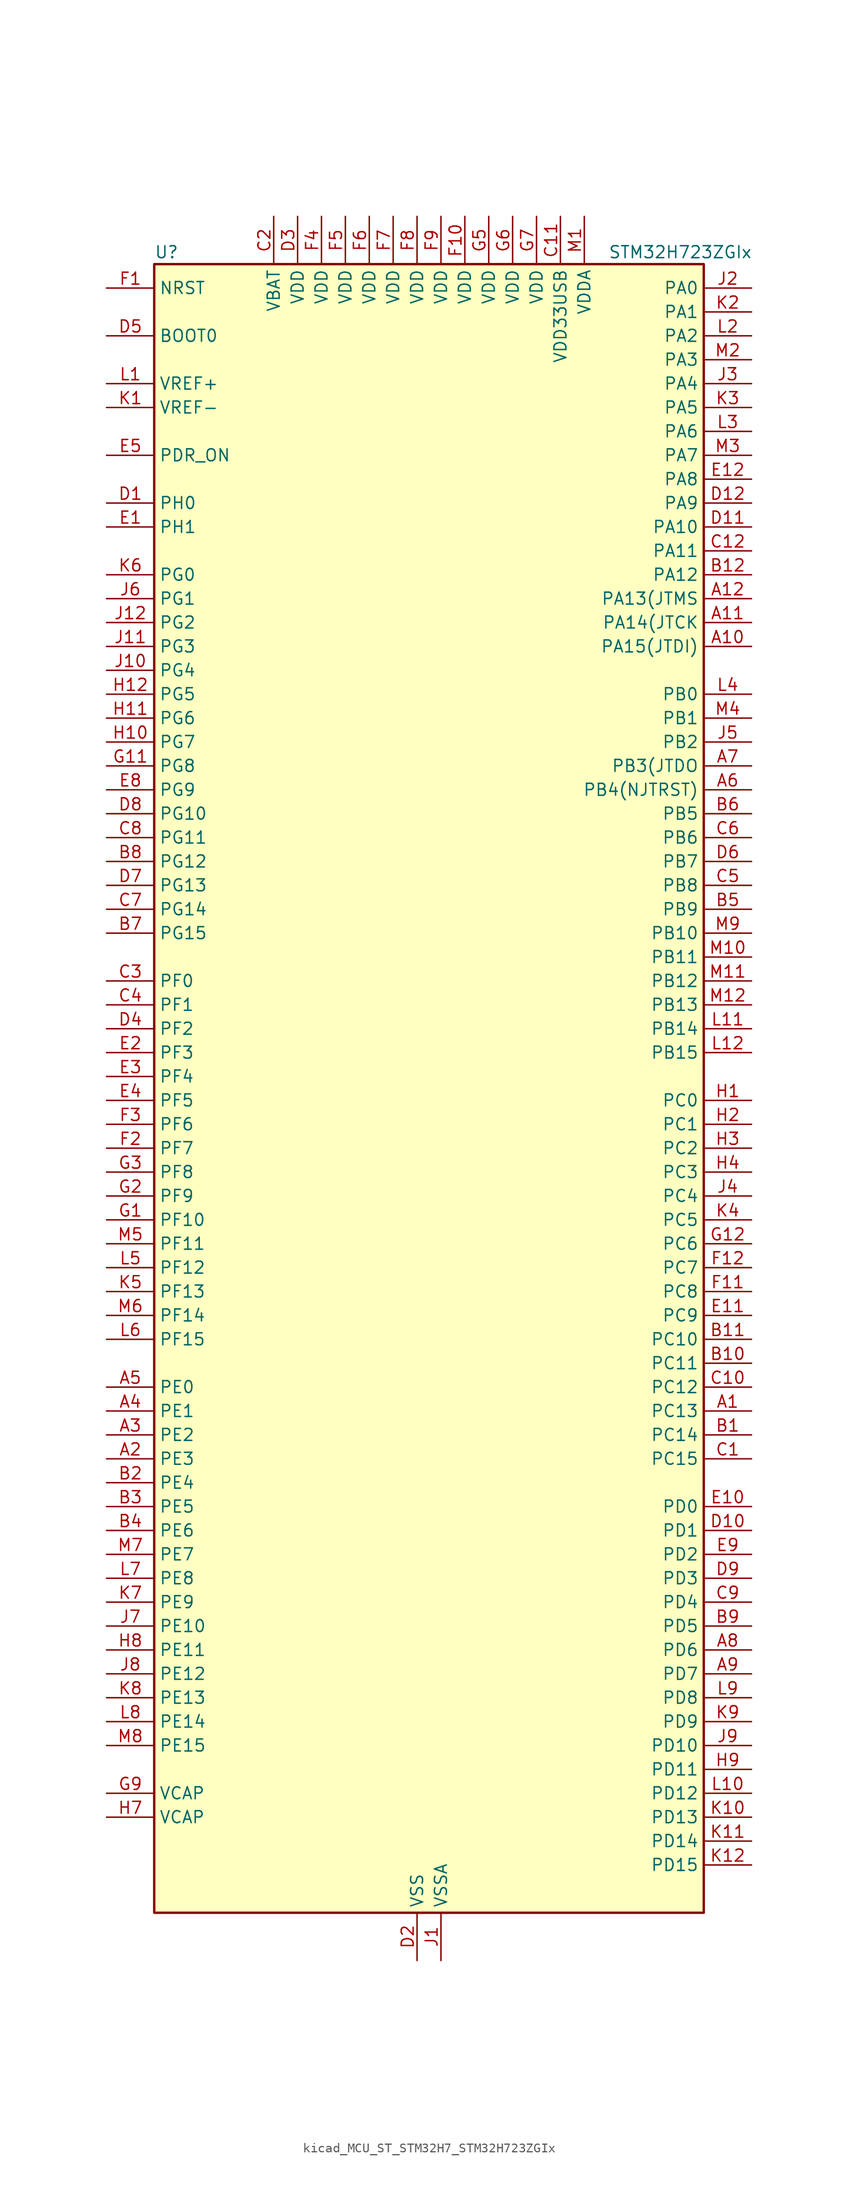
<source format=kicad_sym>
(kicad_symbol_lib
  (version 20220914)
  (generator kicad_symbol_editor)
  (symbol "kicad_MCU_ST_STM32H7_STM32H723ZGIx"
    (property "Reference" "U"
      (at -27.94 90.17 0)
      (effects (font (size 1.27 1.27)) (justify left)))
    (property "Value" "STM32H723ZGIx"
      (at 20.32 90.17 0)
      (effects (font (size 1.27 1.27)) (justify left)))
    (property "ki_locked" ""
      (at 0 0 0)
      (effects (font (size 1.27 1.27))))
    (symbol "kicad_MCU_ST_STM32H7_STM32H723ZGIx_0_1"
      (rectangle (start -27.94 -86.36) (end 30.48 88.9) (stroke (width 0.254) (type default)) (fill (type background))))
    (symbol "kicad_MCU_ST_STM32H7_STM32H723ZGIx_1_1"
      (pin bidirectional line (at 35.56 -33.02 180) (length 5.08) (name "PC13" (effects (font (size 1.27 1.27)))) (number "A1" (effects (font (size 1.27 1.27)))) (alternate "PWR_WKUP4" bidirectional line) (alternate "RTC_OUT_ALARM" bidirectional line) (alternate "RTC_OUT_CALIB" bidirectional line) (alternate "RTC_TAMP1" bidirectional line) (alternate "RTC_TS" bidirectional line))
      (pin bidirectional line (at 35.56 48.26 180) (length 5.08) (name "PA15(JTDI)" (effects (font (size 1.27 1.27)))) (number "A10" (effects (font (size 1.27 1.27)))) (alternate "ADC1_EXTI15" bidirectional line) (alternate "ADC2_EXTI15" bidirectional line) (alternate "ADC3_EXTI15" bidirectional line) (alternate "CEC" bidirectional line) (alternate "DEBUG_JTDI" bidirectional line) (alternate "I2S1_WS" bidirectional line) (alternate "I2S3_WS" bidirectional line) (alternate "I2S6_WS" bidirectional line) (alternate "LTDC_B6" bidirectional line) (alternate "LTDC_R3" bidirectional line) (alternate "SPI1_NSS" bidirectional line) (alternate "SPI3_NSS" bidirectional line) (alternate "SPI6_NSS" bidirectional line) (alternate "TIM2_CH1" bidirectional line) (alternate "TIM2_ETR" bidirectional line) (alternate "UART4_DE" bidirectional line) (alternate "UART4_RTS" bidirectional line) (alternate "UART7_TX" bidirectional line))
      (pin bidirectional line (at 35.56 50.8 180) (length 5.08) (name "PA14(JTCK" (effects (font (size 1.27 1.27)))) (number "A11" (effects (font (size 1.27 1.27)))) (alternate "DEBUG_JTCK-SWCLK" bidirectional line))
      (pin bidirectional line (at 35.56 53.34 180) (length 5.08) (name "PA13(JTMS" (effects (font (size 1.27 1.27)))) (number "A12" (effects (font (size 1.27 1.27)))) (alternate "DEBUG_JTMS-SWDIO" bidirectional line))
      (pin bidirectional line (at -33.02 -38.1 0) (length 5.08) (name "PE3" (effects (font (size 1.27 1.27)))) (number "A2" (effects (font (size 1.27 1.27)))) (alternate "DEBUG_TRACED0" bidirectional line) (alternate "FMC_A19" bidirectional line) (alternate "SAI1_SD_B" bidirectional line) (alternate "SAI4_SD_B" bidirectional line) (alternate "TIM15_BKIN" bidirectional line) (alternate "USART10_TX" bidirectional line))
      (pin bidirectional line (at -33.02 -35.56 0) (length 5.08) (name "PE2" (effects (font (size 1.27 1.27)))) (number "A3" (effects (font (size 1.27 1.27)))) (alternate "DEBUG_TRACECLK" bidirectional line) (alternate "ETH_TXD3" bidirectional line) (alternate "FMC_A23" bidirectional line) (alternate "OCTOSPIM_P1_IO2" bidirectional line) (alternate "SAI1_CK1" bidirectional line) (alternate "SAI1_MCLK_A" bidirectional line) (alternate "SAI4_CK1" bidirectional line) (alternate "SAI4_MCLK_A" bidirectional line) (alternate "SPI4_SCK" bidirectional line) (alternate "USART10_RX" bidirectional line))
      (pin bidirectional line (at -33.02 -33.02 0) (length 5.08) (name "PE1" (effects (font (size 1.27 1.27)))) (number "A4" (effects (font (size 1.27 1.27)))) (alternate "DCMI_D3" bidirectional line) (alternate "FMC_NBL1" bidirectional line) (alternate "LPTIM1_IN2" bidirectional line) (alternate "LTDC_R6" bidirectional line) (alternate "PSSI_D3" bidirectional line) (alternate "UART8_TX" bidirectional line))
      (pin bidirectional line (at -33.02 -30.48 0) (length 5.08) (name "PE0" (effects (font (size 1.27 1.27)))) (number "A5" (effects (font (size 1.27 1.27)))) (alternate "DCMI_D2" bidirectional line) (alternate "FMC_NBL0" bidirectional line) (alternate "LPTIM1_ETR" bidirectional line) (alternate "LPTIM2_ETR" bidirectional line) (alternate "LTDC_R0" bidirectional line) (alternate "PSSI_D2" bidirectional line) (alternate "SAI4_MCLK_A" bidirectional line) (alternate "TIM4_ETR" bidirectional line) (alternate "UART8_RX" bidirectional line))
      (pin bidirectional line (at 35.56 33.02 180) (length 5.08) (name "PB4(NJTRST)" (effects (font (size 1.27 1.27)))) (number "A6" (effects (font (size 1.27 1.27)))) (alternate "DEBUG_JTRST" bidirectional line) (alternate "I2S1_SDI" bidirectional line) (alternate "I2S2_WS" bidirectional line) (alternate "I2S3_SDI" bidirectional line) (alternate "I2S6_SDI" bidirectional line) (alternate "SDMMC2_D3" bidirectional line) (alternate "SPI1_MISO" bidirectional line) (alternate "SPI2_NSS" bidirectional line) (alternate "SPI3_MISO" bidirectional line) (alternate "SPI6_MISO" bidirectional line) (alternate "TIM16_BKIN" bidirectional line) (alternate "TIM3_CH1" bidirectional line) (alternate "UART7_TX" bidirectional line))
      (pin bidirectional line (at 35.56 35.56 180) (length 5.08) (name "PB3(JTDO" (effects (font (size 1.27 1.27)))) (number "A7" (effects (font (size 1.27 1.27)))) (alternate "CRS_SYNC" bidirectional line) (alternate "DEBUG_JTDO-SWO" bidirectional line) (alternate "I2S1_CK" bidirectional line) (alternate "I2S3_CK" bidirectional line) (alternate "I2S6_CK" bidirectional line) (alternate "SDMMC2_D2" bidirectional line) (alternate "SPI1_SCK" bidirectional line) (alternate "SPI3_SCK" bidirectional line) (alternate "SPI6_SCK" bidirectional line) (alternate "TIM24_ETR" bidirectional line) (alternate "TIM2_CH2" bidirectional line) (alternate "UART7_RX" bidirectional line))
      (pin bidirectional line (at 35.56 -58.42 180) (length 5.08) (name "PD6" (effects (font (size 1.27 1.27)))) (number "A8" (effects (font (size 1.27 1.27)))) (alternate "DCMI_D10" bidirectional line) (alternate "DFSDM1_CKIN4" bidirectional line) (alternate "DFSDM1_DATIN1" bidirectional line) (alternate "FMC_NWAIT" bidirectional line) (alternate "I2S3_SDO" bidirectional line) (alternate "LTDC_B2" bidirectional line) (alternate "OCTOSPIM_P1_IO6" bidirectional line) (alternate "PSSI_D10" bidirectional line) (alternate "SAI1_D1" bidirectional line) (alternate "SAI1_SD_A" bidirectional line) (alternate "SAI4_D1" bidirectional line) (alternate "SAI4_SD_A" bidirectional line) (alternate "SDMMC2_CK" bidirectional line) (alternate "SPI3_MOSI" bidirectional line) (alternate "USART2_RX" bidirectional line))
      (pin bidirectional line (at 35.56 -60.96 180) (length 5.08) (name "PD7" (effects (font (size 1.27 1.27)))) (number "A9" (effects (font (size 1.27 1.27)))) (alternate "DFSDM1_CKIN1" bidirectional line) (alternate "DFSDM1_DATIN4" bidirectional line) (alternate "FMC_NE1" bidirectional line) (alternate "I2S1_SDO" bidirectional line) (alternate "OCTOSPIM_P1_IO7" bidirectional line) (alternate "SDMMC2_CMD" bidirectional line) (alternate "SPDIFRX1_IN0" bidirectional line) (alternate "SPI1_MOSI" bidirectional line) (alternate "USART2_CK" bidirectional line))
      (pin bidirectional line (at 35.56 -35.56 180) (length 5.08) (name "PC14" (effects (font (size 1.27 1.27)))) (number "B1" (effects (font (size 1.27 1.27)))) (alternate "RCC_OSC32_IN" bidirectional line))
      (pin bidirectional line (at 35.56 -27.94 180) (length 5.08) (name "PC11" (effects (font (size 1.27 1.27)))) (number "B10" (effects (font (size 1.27 1.27)))) (alternate "ADC1_EXTI11" bidirectional line) (alternate "ADC2_EXTI11" bidirectional line) (alternate "ADC3_EXTI11" bidirectional line) (alternate "DCMI_D4" bidirectional line) (alternate "DFSDM1_DATIN5" bidirectional line) (alternate "I2C5_SCL" bidirectional line) (alternate "I2S3_SDI" bidirectional line) (alternate "LTDC_B4" bidirectional line) (alternate "OCTOSPIM_P1_NCS" bidirectional line) (alternate "PSSI_D4" bidirectional line) (alternate "SDMMC1_D3" bidirectional line) (alternate "SPI3_MISO" bidirectional line) (alternate "UART4_RX" bidirectional line) (alternate "USART3_RX" bidirectional line))
      (pin bidirectional line (at 35.56 -25.4 180) (length 5.08) (name "PC10" (effects (font (size 1.27 1.27)))) (number "B11" (effects (font (size 1.27 1.27)))) (alternate "DCMI_D8" bidirectional line) (alternate "DFSDM1_CKIN5" bidirectional line) (alternate "I2C5_SDA" bidirectional line) (alternate "I2S3_CK" bidirectional line) (alternate "LTDC_B1" bidirectional line) (alternate "LTDC_R2" bidirectional line) (alternate "OCTOSPIM_P1_IO1" bidirectional line) (alternate "PSSI_D8" bidirectional line) (alternate "SDMMC1_D2" bidirectional line) (alternate "SPI3_SCK" bidirectional line) (alternate "SWPMI1_RX" bidirectional line) (alternate "UART4_TX" bidirectional line) (alternate "USART3_TX" bidirectional line))
      (pin bidirectional line (at 35.56 55.88 180) (length 5.08) (name "PA12" (effects (font (size 1.27 1.27)))) (number "B12" (effects (font (size 1.27 1.27)))) (alternate "FDCAN1_TX" bidirectional line) (alternate "I2S2_CK" bidirectional line) (alternate "LPUART1_DE" bidirectional line) (alternate "LPUART1_RTS" bidirectional line) (alternate "LTDC_R5" bidirectional line) (alternate "SAI4_FS_B" bidirectional line) (alternate "SPI2_SCK" bidirectional line) (alternate "TIM1_BKIN2" bidirectional line) (alternate "TIM1_ETR" bidirectional line) (alternate "UART4_TX" bidirectional line) (alternate "USART1_DE" bidirectional line) (alternate "USART1_RTS" bidirectional line) (alternate "USB_OTG_HS_DP" bidirectional line))
      (pin bidirectional line (at -33.02 -40.64 0) (length 5.08) (name "PE4" (effects (font (size 1.27 1.27)))) (number "B2" (effects (font (size 1.27 1.27)))) (alternate "DCMI_D4" bidirectional line) (alternate "DEBUG_TRACED1" bidirectional line) (alternate "DFSDM1_DATIN3" bidirectional line) (alternate "FMC_A20" bidirectional line) (alternate "LTDC_B0" bidirectional line) (alternate "PSSI_D4" bidirectional line) (alternate "SAI1_D2" bidirectional line) (alternate "SAI1_FS_A" bidirectional line) (alternate "SAI4_D2" bidirectional line) (alternate "SAI4_FS_A" bidirectional line) (alternate "SPI4_NSS" bidirectional line) (alternate "TIM15_CH1N" bidirectional line))
      (pin bidirectional line (at -33.02 -43.18 0) (length 5.08) (name "PE5" (effects (font (size 1.27 1.27)))) (number "B3" (effects (font (size 1.27 1.27)))) (alternate "DCMI_D6" bidirectional line) (alternate "DEBUG_TRACED2" bidirectional line) (alternate "DFSDM1_CKIN3" bidirectional line) (alternate "FMC_A21" bidirectional line) (alternate "LTDC_G0" bidirectional line) (alternate "PSSI_D6" bidirectional line) (alternate "SAI1_CK2" bidirectional line) (alternate "SAI1_SCK_A" bidirectional line) (alternate "SAI4_CK2" bidirectional line) (alternate "SAI4_SCK_A" bidirectional line) (alternate "SPI4_MISO" bidirectional line) (alternate "TIM15_CH1" bidirectional line))
      (pin bidirectional line (at -33.02 -45.72 0) (length 5.08) (name "PE6" (effects (font (size 1.27 1.27)))) (number "B4" (effects (font (size 1.27 1.27)))) (alternate "DCMI_D7" bidirectional line) (alternate "DEBUG_TRACED3" bidirectional line) (alternate "FMC_A22" bidirectional line) (alternate "LTDC_G1" bidirectional line) (alternate "PSSI_D7" bidirectional line) (alternate "SAI1_D1" bidirectional line) (alternate "SAI1_SD_A" bidirectional line) (alternate "SAI4_D1" bidirectional line) (alternate "SAI4_MCLK_B" bidirectional line) (alternate "SAI4_SD_A" bidirectional line) (alternate "SPI4_MOSI" bidirectional line) (alternate "TIM15_CH2" bidirectional line) (alternate "TIM1_BKIN2" bidirectional line) (alternate "TIM1_BKIN2_COMP1" bidirectional line) (alternate "TIM1_BKIN2_COMP2" bidirectional line))
      (pin bidirectional line (at 35.56 20.32 180) (length 5.08) (name "PB9" (effects (font (size 1.27 1.27)))) (number "B5" (effects (font (size 1.27 1.27)))) (alternate "DAC1_EXTI9" bidirectional line) (alternate "DCMI_D7" bidirectional line) (alternate "DFSDM1_DATIN7" bidirectional line) (alternate "FDCAN1_TX" bidirectional line) (alternate "I2C1_SDA" bidirectional line) (alternate "I2C4_SDA" bidirectional line) (alternate "I2C4_SMBA" bidirectional line) (alternate "I2S2_WS" bidirectional line) (alternate "LTDC_B7" bidirectional line) (alternate "PSSI_D7" bidirectional line) (alternate "SDMMC1_CDIR" bidirectional line) (alternate "SDMMC1_D5" bidirectional line) (alternate "SDMMC2_D5" bidirectional line) (alternate "SPI2_NSS" bidirectional line) (alternate "TIM17_CH1" bidirectional line) (alternate "TIM4_CH4" bidirectional line) (alternate "UART4_TX" bidirectional line))
      (pin bidirectional line (at 35.56 30.48 180) (length 5.08) (name "PB5" (effects (font (size 1.27 1.27)))) (number "B6" (effects (font (size 1.27 1.27)))) (alternate "DCMI_D10" bidirectional line) (alternate "ETH_PPS_OUT" bidirectional line) (alternate "FDCAN2_RX" bidirectional line) (alternate "FMC_SDCKE1" bidirectional line) (alternate "I2C1_SMBA" bidirectional line) (alternate "I2C4_SMBA" bidirectional line) (alternate "I2S1_SDO" bidirectional line) (alternate "I2S3_SDO" bidirectional line) (alternate "I2S6_SDO" bidirectional line) (alternate "LTDC_B5" bidirectional line) (alternate "PSSI_D10" bidirectional line) (alternate "SPI1_MOSI" bidirectional line) (alternate "SPI3_MOSI" bidirectional line) (alternate "SPI6_MOSI" bidirectional line) (alternate "TIM17_BKIN" bidirectional line) (alternate "TIM3_CH2" bidirectional line) (alternate "UART5_RX" bidirectional line) (alternate "USB_OTG_HS_ULPI_D7" bidirectional line))
      (pin bidirectional line (at -33.02 17.78 0) (length 5.08) (name "PG15" (effects (font (size 1.27 1.27)))) (number "B7" (effects (font (size 1.27 1.27)))) (alternate "ADC1_EXTI15" bidirectional line) (alternate "ADC2_EXTI15" bidirectional line) (alternate "ADC3_EXTI15" bidirectional line) (alternate "DCMI_D13" bidirectional line) (alternate "FMC_SDNCAS" bidirectional line) (alternate "OCTOSPIM_P2_DQS" bidirectional line) (alternate "PSSI_D13" bidirectional line) (alternate "USART10_CK" bidirectional line) (alternate "USART6_CTS" bidirectional line) (alternate "USART6_NSS" bidirectional line))
      (pin bidirectional line (at -33.02 25.4 0) (length 5.08) (name "PG12" (effects (font (size 1.27 1.27)))) (number "B8" (effects (font (size 1.27 1.27)))) (alternate "ETH_TXD1" bidirectional line) (alternate "FMC_NE4" bidirectional line) (alternate "I2S6_SDI" bidirectional line) (alternate "LPTIM1_IN1" bidirectional line) (alternate "LTDC_B1" bidirectional line) (alternate "LTDC_B4" bidirectional line) (alternate "OCTOSPIM_P2_NCS" bidirectional line) (alternate "SDMMC2_D3" bidirectional line) (alternate "SPDIFRX1_IN1" bidirectional line) (alternate "SPI6_MISO" bidirectional line) (alternate "TIM23_CH1" bidirectional line) (alternate "USART10_TX" bidirectional line) (alternate "USART6_DE" bidirectional line) (alternate "USART6_RTS" bidirectional line))
      (pin bidirectional line (at 35.56 -55.88 180) (length 5.08) (name "PD5" (effects (font (size 1.27 1.27)))) (number "B9" (effects (font (size 1.27 1.27)))) (alternate "FMC_NWE" bidirectional line) (alternate "OCTOSPIM_P1_IO5" bidirectional line) (alternate "USART2_TX" bidirectional line))
      (pin bidirectional line (at 35.56 -38.1 180) (length 5.08) (name "PC15" (effects (font (size 1.27 1.27)))) (number "C1" (effects (font (size 1.27 1.27)))) (alternate "ADC1_EXTI15" bidirectional line) (alternate "ADC2_EXTI15" bidirectional line) (alternate "ADC3_EXTI15" bidirectional line) (alternate "RCC_OSC32_OUT" bidirectional line))
      (pin bidirectional line (at 35.56 -30.48 180) (length 5.08) (name "PC12" (effects (font (size 1.27 1.27)))) (number "C10" (effects (font (size 1.27 1.27)))) (alternate "DCMI_D9" bidirectional line) (alternate "DEBUG_TRACED3" bidirectional line) (alternate "FMC_D6" bidirectional line) (alternate "FMC_DA6" bidirectional line) (alternate "I2C5_SMBA" bidirectional line) (alternate "I2S3_SDO" bidirectional line) (alternate "I2S6_CK" bidirectional line) (alternate "LTDC_R6" bidirectional line) (alternate "PSSI_D9" bidirectional line) (alternate "SDMMC1_CK" bidirectional line) (alternate "SPI3_MOSI" bidirectional line) (alternate "SPI6_SCK" bidirectional line) (alternate "TIM15_CH1" bidirectional line) (alternate "UART5_TX" bidirectional line) (alternate "USART3_CK" bidirectional line))
      (pin power_in line (at 15.24 93.98 270) (length 5.08) (name "VDD33USB" (effects (font (size 1.27 1.27)))) (number "C11" (effects (font (size 1.27 1.27)))))
      (pin bidirectional line (at 35.56 58.42 180) (length 5.08) (name "PA11" (effects (font (size 1.27 1.27)))) (number "C12" (effects (font (size 1.27 1.27)))) (alternate "ADC1_EXTI11" bidirectional line) (alternate "ADC2_EXTI11" bidirectional line) (alternate "ADC3_EXTI11" bidirectional line) (alternate "FDCAN1_RX" bidirectional line) (alternate "I2S2_WS" bidirectional line) (alternate "LPUART1_CTS" bidirectional line) (alternate "LTDC_R4" bidirectional line) (alternate "SPI2_NSS" bidirectional line) (alternate "TIM1_CH4" bidirectional line) (alternate "UART4_RX" bidirectional line) (alternate "USART1_CTS" bidirectional line) (alternate "USART1_NSS" bidirectional line) (alternate "USB_OTG_HS_DM" bidirectional line))
      (pin power_in line (at -15.24 93.98 270) (length 5.08) (name "VBAT" (effects (font (size 1.27 1.27)))) (number "C2" (effects (font (size 1.27 1.27)))))
      (pin bidirectional line (at -33.02 12.7 0) (length 5.08) (name "PF0" (effects (font (size 1.27 1.27)))) (number "C3" (effects (font (size 1.27 1.27)))) (alternate "FMC_A0" bidirectional line) (alternate "I2C2_SDA" bidirectional line) (alternate "I2C5_SDA" bidirectional line) (alternate "OCTOSPIM_P2_IO0" bidirectional line) (alternate "TIM23_CH1" bidirectional line))
      (pin bidirectional line (at -33.02 10.16 0) (length 5.08) (name "PF1" (effects (font (size 1.27 1.27)))) (number "C4" (effects (font (size 1.27 1.27)))) (alternate "FMC_A1" bidirectional line) (alternate "I2C2_SCL" bidirectional line) (alternate "I2C5_SCL" bidirectional line) (alternate "OCTOSPIM_P2_IO1" bidirectional line) (alternate "TIM23_CH2" bidirectional line))
      (pin bidirectional line (at 35.56 22.86 180) (length 5.08) (name "PB8" (effects (font (size 1.27 1.27)))) (number "C5" (effects (font (size 1.27 1.27)))) (alternate "DCMI_D6" bidirectional line) (alternate "DFSDM1_CKIN7" bidirectional line) (alternate "ETH_TXD3" bidirectional line) (alternate "FDCAN1_RX" bidirectional line) (alternate "I2C1_SCL" bidirectional line) (alternate "I2C4_SCL" bidirectional line) (alternate "LTDC_B6" bidirectional line) (alternate "PSSI_D6" bidirectional line) (alternate "SDMMC1_CKIN" bidirectional line) (alternate "SDMMC1_D4" bidirectional line) (alternate "SDMMC2_D4" bidirectional line) (alternate "TIM16_CH1" bidirectional line) (alternate "TIM4_CH3" bidirectional line) (alternate "UART4_RX" bidirectional line))
      (pin bidirectional line (at 35.56 27.94 180) (length 5.08) (name "PB6" (effects (font (size 1.27 1.27)))) (number "C6" (effects (font (size 1.27 1.27)))) (alternate "CEC" bidirectional line) (alternate "DCMI_D5" bidirectional line) (alternate "DFSDM1_DATIN5" bidirectional line) (alternate "FDCAN2_TX" bidirectional line) (alternate "FMC_SDNE1" bidirectional line) (alternate "I2C1_SCL" bidirectional line) (alternate "I2C4_SCL" bidirectional line) (alternate "LPUART1_TX" bidirectional line) (alternate "OCTOSPIM_P1_NCS" bidirectional line) (alternate "PSSI_D5" bidirectional line) (alternate "TIM16_CH1N" bidirectional line) (alternate "TIM4_CH1" bidirectional line) (alternate "UART5_TX" bidirectional line) (alternate "USART1_TX" bidirectional line))
      (pin bidirectional line (at -33.02 20.32 0) (length 5.08) (name "PG14" (effects (font (size 1.27 1.27)))) (number "C7" (effects (font (size 1.27 1.27)))) (alternate "DEBUG_TRACED1" bidirectional line) (alternate "ETH_TXD1" bidirectional line) (alternate "FMC_A25" bidirectional line) (alternate "I2S6_SDO" bidirectional line) (alternate "LPTIM1_ETR" bidirectional line) (alternate "LTDC_B0" bidirectional line) (alternate "OCTOSPIM_P1_IO7" bidirectional line) (alternate "SDMMC2_D7" bidirectional line) (alternate "SPI6_MOSI" bidirectional line) (alternate "TIM23_CH3" bidirectional line) (alternate "USART10_DE" bidirectional line) (alternate "USART10_RTS" bidirectional line) (alternate "USART6_TX" bidirectional line))
      (pin bidirectional line (at -33.02 27.94 0) (length 5.08) (name "PG11" (effects (font (size 1.27 1.27)))) (number "C8" (effects (font (size 1.27 1.27)))) (alternate "ADC1_EXTI11" bidirectional line) (alternate "ADC2_EXTI11" bidirectional line) (alternate "ADC3_EXTI11" bidirectional line) (alternate "DCMI_D3" bidirectional line) (alternate "ETH_TX_EN" bidirectional line) (alternate "I2S1_CK" bidirectional line) (alternate "LPTIM1_IN2" bidirectional line) (alternate "LTDC_B3" bidirectional line) (alternate "OCTOSPIM_P2_IO7" bidirectional line) (alternate "PSSI_D3" bidirectional line) (alternate "SDMMC2_D2" bidirectional line) (alternate "SPDIFRX1_IN0" bidirectional line) (alternate "SPI1_SCK" bidirectional line) (alternate "USART10_RX" bidirectional line))
      (pin bidirectional line (at 35.56 -53.34 180) (length 5.08) (name "PD4" (effects (font (size 1.27 1.27)))) (number "C9" (effects (font (size 1.27 1.27)))) (alternate "FMC_NOE" bidirectional line) (alternate "OCTOSPIM_P1_IO4" bidirectional line) (alternate "USART2_DE" bidirectional line) (alternate "USART2_RTS" bidirectional line))
      (pin bidirectional line (at -33.02 63.5 0) (length 5.08) (name "PH0" (effects (font (size 1.27 1.27)))) (number "D1" (effects (font (size 1.27 1.27)))) (alternate "RCC_OSC_IN" bidirectional line))
      (pin bidirectional line (at 35.56 -45.72 180) (length 5.08) (name "PD1" (effects (font (size 1.27 1.27)))) (number "D10" (effects (font (size 1.27 1.27)))) (alternate "DFSDM1_DATIN6" bidirectional line) (alternate "FDCAN1_TX" bidirectional line) (alternate "FMC_D3" bidirectional line) (alternate "FMC_DA3" bidirectional line) (alternate "UART4_TX" bidirectional line))
      (pin bidirectional line (at 35.56 60.96 180) (length 5.08) (name "PA10" (effects (font (size 1.27 1.27)))) (number "D11" (effects (font (size 1.27 1.27)))) (alternate "DCMI_D1" bidirectional line) (alternate "LPUART1_RX" bidirectional line) (alternate "LTDC_B1" bidirectional line) (alternate "LTDC_B4" bidirectional line) (alternate "MDIOS_MDIO" bidirectional line) (alternate "PSSI_D1" bidirectional line) (alternate "TIM1_CH3" bidirectional line) (alternate "USART1_RX" bidirectional line) (alternate "USB_OTG_HS_ID" bidirectional line))
      (pin bidirectional line (at 35.56 63.5 180) (length 5.08) (name "PA9" (effects (font (size 1.27 1.27)))) (number "D12" (effects (font (size 1.27 1.27)))) (alternate "DAC1_EXTI9" bidirectional line) (alternate "DCMI_D0" bidirectional line) (alternate "ETH_TX_ER" bidirectional line) (alternate "I2C3_SMBA" bidirectional line) (alternate "I2C5_SMBA" bidirectional line) (alternate "I2S2_CK" bidirectional line) (alternate "LPUART1_TX" bidirectional line) (alternate "LTDC_R5" bidirectional line) (alternate "PSSI_D0" bidirectional line) (alternate "SPI2_SCK" bidirectional line) (alternate "TIM1_CH2" bidirectional line) (alternate "USART1_TX" bidirectional line) (alternate "USB_OTG_HS_VBUS" bidirectional line))
      (pin power_in line (at 0 -91.44 90) (length 5.08) (name "VSS" (effects (font (size 1.27 1.27)))) (number "D2" (effects (font (size 1.27 1.27)))))
      (pin power_in line (at -12.7 93.98 270) (length 5.08) (name "VDD" (effects (font (size 1.27 1.27)))) (number "D3" (effects (font (size 1.27 1.27)))))
      (pin bidirectional line (at -33.02 7.62 0) (length 5.08) (name "PF2" (effects (font (size 1.27 1.27)))) (number "D4" (effects (font (size 1.27 1.27)))) (alternate "FMC_A2" bidirectional line) (alternate "I2C2_SMBA" bidirectional line) (alternate "I2C5_SMBA" bidirectional line) (alternate "OCTOSPIM_P2_IO2" bidirectional line) (alternate "TIM23_CH3" bidirectional line))
      (pin input line (at -33.02 81.28 0) (length 5.08) (name "BOOT0" (effects (font (size 1.27 1.27)))) (number "D5" (effects (font (size 1.27 1.27)))))
      (pin bidirectional line (at 35.56 25.4 180) (length 5.08) (name "PB7" (effects (font (size 1.27 1.27)))) (number "D6" (effects (font (size 1.27 1.27)))) (alternate "DCMI_VSYNC" bidirectional line) (alternate "DFSDM1_CKIN5" bidirectional line) (alternate "FMC_NL" bidirectional line) (alternate "I2C1_SDA" bidirectional line) (alternate "I2C4_SDA" bidirectional line) (alternate "LPUART1_RX" bidirectional line) (alternate "PSSI_RDY" bidirectional line) (alternate "PWR_PVD_IN" bidirectional line) (alternate "TIM17_CH1N" bidirectional line) (alternate "TIM4_CH2" bidirectional line) (alternate "USART1_RX" bidirectional line))
      (pin bidirectional line (at -33.02 22.86 0) (length 5.08) (name "PG13" (effects (font (size 1.27 1.27)))) (number "D7" (effects (font (size 1.27 1.27)))) (alternate "DEBUG_TRACED0" bidirectional line) (alternate "ETH_TXD0" bidirectional line) (alternate "FMC_A24" bidirectional line) (alternate "I2S6_CK" bidirectional line) (alternate "LPTIM1_OUT" bidirectional line) (alternate "LTDC_R0" bidirectional line) (alternate "SDMMC2_D6" bidirectional line) (alternate "SPI6_SCK" bidirectional line) (alternate "TIM23_CH2" bidirectional line) (alternate "USART10_CTS" bidirectional line) (alternate "USART10_NSS" bidirectional line) (alternate "USART6_CTS" bidirectional line) (alternate "USART6_NSS" bidirectional line))
      (pin bidirectional line (at -33.02 30.48 0) (length 5.08) (name "PG10" (effects (font (size 1.27 1.27)))) (number "D8" (effects (font (size 1.27 1.27)))) (alternate "DCMI_D2" bidirectional line) (alternate "FDCAN3_RX" bidirectional line) (alternate "FMC_NE3" bidirectional line) (alternate "I2S1_WS" bidirectional line) (alternate "LTDC_B2" bidirectional line) (alternate "LTDC_G3" bidirectional line) (alternate "OCTOSPIM_P2_IO6" bidirectional line) (alternate "PSSI_D2" bidirectional line) (alternate "SAI4_SD_B" bidirectional line) (alternate "SDMMC2_D1" bidirectional line) (alternate "SPI1_NSS" bidirectional line))
      (pin bidirectional line (at 35.56 -50.8 180) (length 5.08) (name "PD3" (effects (font (size 1.27 1.27)))) (number "D9" (effects (font (size 1.27 1.27)))) (alternate "DCMI_D5" bidirectional line) (alternate "DFSDM1_CKOUT" bidirectional line) (alternate "FMC_CLK" bidirectional line) (alternate "I2S2_CK" bidirectional line) (alternate "LTDC_G7" bidirectional line) (alternate "PSSI_D5" bidirectional line) (alternate "SPI2_SCK" bidirectional line) (alternate "USART2_CTS" bidirectional line) (alternate "USART2_NSS" bidirectional line))
      (pin bidirectional line (at -33.02 60.96 0) (length 5.08) (name "PH1" (effects (font (size 1.27 1.27)))) (number "E1" (effects (font (size 1.27 1.27)))) (alternate "RCC_OSC_OUT" bidirectional line))
      (pin bidirectional line (at 35.56 -43.18 180) (length 5.08) (name "PD0" (effects (font (size 1.27 1.27)))) (number "E10" (effects (font (size 1.27 1.27)))) (alternate "DFSDM1_CKIN6" bidirectional line) (alternate "FDCAN1_RX" bidirectional line) (alternate "FMC_D2" bidirectional line) (alternate "FMC_DA2" bidirectional line) (alternate "LTDC_B1" bidirectional line) (alternate "UART4_RX" bidirectional line) (alternate "UART9_CTS" bidirectional line))
      (pin bidirectional line (at 35.56 -22.86 180) (length 5.08) (name "PC9" (effects (font (size 1.27 1.27)))) (number "E11" (effects (font (size 1.27 1.27)))) (alternate "DAC1_EXTI9" bidirectional line) (alternate "DCMI_D3" bidirectional line) (alternate "I2C3_SDA" bidirectional line) (alternate "I2C5_SDA" bidirectional line) (alternate "I2S_CKIN" bidirectional line) (alternate "LTDC_B2" bidirectional line) (alternate "LTDC_G3" bidirectional line) (alternate "OCTOSPIM_P1_IO0" bidirectional line) (alternate "PSSI_D3" bidirectional line) (alternate "RCC_MCO_2" bidirectional line) (alternate "SDMMC1_D1" bidirectional line) (alternate "SWPMI1_SUSPEND" bidirectional line) (alternate "TIM3_CH4" bidirectional line) (alternate "TIM8_CH4" bidirectional line) (alternate "UART5_CTS" bidirectional line))
      (pin bidirectional line (at 35.56 66.04 180) (length 5.08) (name "PA8" (effects (font (size 1.27 1.27)))) (number "E12" (effects (font (size 1.27 1.27)))) (alternate "I2C3_SCL" bidirectional line) (alternate "I2C5_SCL" bidirectional line) (alternate "LTDC_B3" bidirectional line) (alternate "LTDC_R6" bidirectional line) (alternate "RCC_MCO_1" bidirectional line) (alternate "TIM1_CH1" bidirectional line) (alternate "TIM8_BKIN2" bidirectional line) (alternate "TIM8_BKIN2_COMP1" bidirectional line) (alternate "TIM8_BKIN2_COMP2" bidirectional line) (alternate "UART7_RX" bidirectional line) (alternate "USART1_CK" bidirectional line) (alternate "USB_OTG_HS_SOF" bidirectional line))
      (pin bidirectional line (at -33.02 5.08 0) (length 5.08) (name "PF3" (effects (font (size 1.27 1.27)))) (number "E2" (effects (font (size 1.27 1.27)))) (alternate "ADC3_INP5" bidirectional line) (alternate "FMC_A3" bidirectional line) (alternate "OCTOSPIM_P2_IO3" bidirectional line) (alternate "TIM23_CH4" bidirectional line))
      (pin bidirectional line (at -33.02 2.54 0) (length 5.08) (name "PF4" (effects (font (size 1.27 1.27)))) (number "E3" (effects (font (size 1.27 1.27)))) (alternate "ADC3_INN5" bidirectional line) (alternate "ADC3_INP9" bidirectional line) (alternate "FMC_A4" bidirectional line) (alternate "OCTOSPIM_P2_CLK" bidirectional line))
      (pin bidirectional line (at -33.02 0 0) (length 5.08) (name "PF5" (effects (font (size 1.27 1.27)))) (number "E4" (effects (font (size 1.27 1.27)))) (alternate "ADC3_INP4" bidirectional line) (alternate "FMC_A5" bidirectional line) (alternate "OCTOSPIM_P2_NCLK" bidirectional line))
      (pin input line (at -33.02 68.58 0) (length 5.08) (name "PDR_ON" (effects (font (size 1.27 1.27)))) (number "E5" (effects (font (size 1.27 1.27)))))
      (pin passive line (at 0 -91.44 90) (length 5.08) hide (name "VSS" (effects (font (size 1.27 1.27)))) (number "E6" (effects (font (size 1.27 1.27)))))
      (pin passive line (at 0 -91.44 90) (length 5.08) hide (name "VSS" (effects (font (size 1.27 1.27)))) (number "E7" (effects (font (size 1.27 1.27)))))
      (pin bidirectional line (at -33.02 33.02 0) (length 5.08) (name "PG9" (effects (font (size 1.27 1.27)))) (number "E8" (effects (font (size 1.27 1.27)))) (alternate "DAC1_EXTI9" bidirectional line) (alternate "DCMI_VSYNC" bidirectional line) (alternate "FDCAN3_TX" bidirectional line) (alternate "FMC_NCE" bidirectional line) (alternate "FMC_NE2" bidirectional line) (alternate "I2S1_SDI" bidirectional line) (alternate "OCTOSPIM_P1_IO6" bidirectional line) (alternate "PSSI_RDY" bidirectional line) (alternate "SAI4_FS_B" bidirectional line) (alternate "SDMMC2_D0" bidirectional line) (alternate "SPDIFRX1_IN3" bidirectional line) (alternate "SPI1_MISO" bidirectional line) (alternate "USART6_RX" bidirectional line))
      (pin bidirectional line (at 35.56 -48.26 180) (length 5.08) (name "PD2" (effects (font (size 1.27 1.27)))) (number "E9" (effects (font (size 1.27 1.27)))) (alternate "DCMI_D11" bidirectional line) (alternate "DEBUG_TRACED2" bidirectional line) (alternate "FMC_D7" bidirectional line) (alternate "FMC_DA7" bidirectional line) (alternate "LTDC_B2" bidirectional line) (alternate "LTDC_B7" bidirectional line) (alternate "PSSI_D11" bidirectional line) (alternate "SDMMC1_CMD" bidirectional line) (alternate "TIM15_BKIN" bidirectional line) (alternate "TIM3_ETR" bidirectional line) (alternate "UART5_RX" bidirectional line))
      (pin input line (at -33.02 86.36 0) (length 5.08) (name "NRST" (effects (font (size 1.27 1.27)))) (number "F1" (effects (font (size 1.27 1.27)))))
      (pin power_in line (at 5.08 93.98 270) (length 5.08) (name "VDD" (effects (font (size 1.27 1.27)))) (number "F10" (effects (font (size 1.27 1.27)))))
      (pin bidirectional line (at 35.56 -20.32 180) (length 5.08) (name "PC8" (effects (font (size 1.27 1.27)))) (number "F11" (effects (font (size 1.27 1.27)))) (alternate "DCMI_D2" bidirectional line) (alternate "DEBUG_TRACED1" bidirectional line) (alternate "FMC_INT" bidirectional line) (alternate "FMC_NCE" bidirectional line) (alternate "FMC_NE2" bidirectional line) (alternate "PSSI_D2" bidirectional line) (alternate "SDMMC1_D0" bidirectional line) (alternate "SWPMI1_RX" bidirectional line) (alternate "TIM3_CH3" bidirectional line) (alternate "TIM8_CH3" bidirectional line) (alternate "UART5_DE" bidirectional line) (alternate "UART5_RTS" bidirectional line) (alternate "USART6_CK" bidirectional line))
      (pin bidirectional line (at 35.56 -17.78 180) (length 5.08) (name "PC7" (effects (font (size 1.27 1.27)))) (number "F12" (effects (font (size 1.27 1.27)))) (alternate "DCMI_D1" bidirectional line) (alternate "DEBUG_TRGIO" bidirectional line) (alternate "DFSDM1_DATIN3" bidirectional line) (alternate "FMC_NE1" bidirectional line) (alternate "I2S3_MCK" bidirectional line) (alternate "LTDC_G6" bidirectional line) (alternate "PSSI_D1" bidirectional line) (alternate "SDMMC1_D123DIR" bidirectional line) (alternate "SDMMC1_D7" bidirectional line) (alternate "SDMMC2_D7" bidirectional line) (alternate "SWPMI1_TX" bidirectional line) (alternate "TIM3_CH2" bidirectional line) (alternate "TIM8_CH2" bidirectional line) (alternate "USART6_RX" bidirectional line))
      (pin bidirectional line (at -33.02 -5.08 0) (length 5.08) (name "PF7" (effects (font (size 1.27 1.27)))) (number "F2" (effects (font (size 1.27 1.27)))) (alternate "ADC3_INP3" bidirectional line) (alternate "FDCAN3_TX" bidirectional line) (alternate "OCTOSPIM_P1_IO2" bidirectional line) (alternate "SAI1_MCLK_B" bidirectional line) (alternate "SAI4_MCLK_B" bidirectional line) (alternate "SPI5_SCK" bidirectional line) (alternate "TIM17_CH1" bidirectional line) (alternate "TIM23_CH2" bidirectional line) (alternate "UART7_TX" bidirectional line))
      (pin bidirectional line (at -33.02 -2.54 0) (length 5.08) (name "PF6" (effects (font (size 1.27 1.27)))) (number "F3" (effects (font (size 1.27 1.27)))) (alternate "ADC3_INN4" bidirectional line) (alternate "ADC3_INP8" bidirectional line) (alternate "FDCAN3_RX" bidirectional line) (alternate "OCTOSPIM_P1_IO3" bidirectional line) (alternate "SAI1_SD_B" bidirectional line) (alternate "SAI4_SD_B" bidirectional line) (alternate "SPI5_NSS" bidirectional line) (alternate "TIM16_CH1" bidirectional line) (alternate "TIM23_CH1" bidirectional line) (alternate "UART7_RX" bidirectional line))
      (pin power_in line (at -10.16 93.98 270) (length 5.08) (name "VDD" (effects (font (size 1.27 1.27)))) (number "F4" (effects (font (size 1.27 1.27)))))
      (pin power_in line (at -7.62 93.98 270) (length 5.08) (name "VDD" (effects (font (size 1.27 1.27)))) (number "F5" (effects (font (size 1.27 1.27)))))
      (pin power_in line (at -5.08 93.98 270) (length 5.08) (name "VDD" (effects (font (size 1.27 1.27)))) (number "F6" (effects (font (size 1.27 1.27)))))
      (pin power_in line (at -2.54 93.98 270) (length 5.08) (name "VDD" (effects (font (size 1.27 1.27)))) (number "F7" (effects (font (size 1.27 1.27)))))
      (pin power_in line (at 0 93.98 270) (length 5.08) (name "VDD" (effects (font (size 1.27 1.27)))) (number "F8" (effects (font (size 1.27 1.27)))))
      (pin power_in line (at 2.54 93.98 270) (length 5.08) (name "VDD" (effects (font (size 1.27 1.27)))) (number "F9" (effects (font (size 1.27 1.27)))))
      (pin bidirectional line (at -33.02 -12.7 0) (length 5.08) (name "PF10" (effects (font (size 1.27 1.27)))) (number "G1" (effects (font (size 1.27 1.27)))) (alternate "ADC3_INN2" bidirectional line) (alternate "ADC3_INP6" bidirectional line) (alternate "DCMI_D11" bidirectional line) (alternate "LTDC_DE" bidirectional line) (alternate "OCTOSPIM_P1_CLK" bidirectional line) (alternate "PSSI_D11" bidirectional line) (alternate "PSSI_D15" bidirectional line) (alternate "SAI1_D3" bidirectional line) (alternate "SAI4_D3" bidirectional line) (alternate "TIM16_BKIN" bidirectional line))
      (pin passive line (at 0 -91.44 90) (length 5.08) hide (name "VSS" (effects (font (size 1.27 1.27)))) (number "G10" (effects (font (size 1.27 1.27)))))
      (pin bidirectional line (at -33.02 35.56 0) (length 5.08) (name "PG8" (effects (font (size 1.27 1.27)))) (number "G11" (effects (font (size 1.27 1.27)))) (alternate "ETH_PPS_OUT" bidirectional line) (alternate "FMC_SDCLK" bidirectional line) (alternate "I2S6_WS" bidirectional line) (alternate "LTDC_G7" bidirectional line) (alternate "SPDIFRX1_IN2" bidirectional line) (alternate "SPI6_NSS" bidirectional line) (alternate "TIM8_ETR" bidirectional line) (alternate "USART6_DE" bidirectional line) (alternate "USART6_RTS" bidirectional line))
      (pin bidirectional line (at 35.56 -15.24 180) (length 5.08) (name "PC6" (effects (font (size 1.27 1.27)))) (number "G12" (effects (font (size 1.27 1.27)))) (alternate "DCMI_D0" bidirectional line) (alternate "DFSDM1_CKIN3" bidirectional line) (alternate "FMC_NWAIT" bidirectional line) (alternate "I2S2_MCK" bidirectional line) (alternate "LTDC_HSYNC" bidirectional line) (alternate "PSSI_D0" bidirectional line) (alternate "SDMMC1_D0DIR" bidirectional line) (alternate "SDMMC1_D6" bidirectional line) (alternate "SDMMC2_D6" bidirectional line) (alternate "SWPMI1_IO" bidirectional line) (alternate "TIM3_CH1" bidirectional line) (alternate "TIM8_CH1" bidirectional line) (alternate "USART6_TX" bidirectional line))
      (pin bidirectional line (at -33.02 -10.16 0) (length 5.08) (name "PF9" (effects (font (size 1.27 1.27)))) (number "G2" (effects (font (size 1.27 1.27)))) (alternate "ADC3_INP2" bidirectional line) (alternate "DAC1_EXTI9" bidirectional line) (alternate "OCTOSPIM_P1_IO1" bidirectional line) (alternate "SAI1_FS_B" bidirectional line) (alternate "SAI4_FS_B" bidirectional line) (alternate "SPI5_MOSI" bidirectional line) (alternate "TIM14_CH1" bidirectional line) (alternate "TIM17_CH1N" bidirectional line) (alternate "TIM23_CH4" bidirectional line) (alternate "UART7_CTS" bidirectional line))
      (pin bidirectional line (at -33.02 -7.62 0) (length 5.08) (name "PF8" (effects (font (size 1.27 1.27)))) (number "G3" (effects (font (size 1.27 1.27)))) (alternate "ADC3_INN3" bidirectional line) (alternate "ADC3_INP7" bidirectional line) (alternate "OCTOSPIM_P1_IO0" bidirectional line) (alternate "SAI1_SCK_B" bidirectional line) (alternate "SAI4_SCK_B" bidirectional line) (alternate "SPI5_MISO" bidirectional line) (alternate "TIM13_CH1" bidirectional line) (alternate "TIM16_CH1N" bidirectional line) (alternate "TIM23_CH3" bidirectional line) (alternate "UART7_DE" bidirectional line) (alternate "UART7_RTS" bidirectional line))
      (pin passive line (at 0 -91.44 90) (length 5.08) hide (name "VSS" (effects (font (size 1.27 1.27)))) (number "G4" (effects (font (size 1.27 1.27)))))
      (pin power_in line (at 7.62 93.98 270) (length 5.08) (name "VDD" (effects (font (size 1.27 1.27)))) (number "G5" (effects (font (size 1.27 1.27)))))
      (pin power_in line (at 10.16 93.98 270) (length 5.08) (name "VDD" (effects (font (size 1.27 1.27)))) (number "G6" (effects (font (size 1.27 1.27)))))
      (pin power_in line (at 12.7 93.98 270) (length 5.08) (name "VDD" (effects (font (size 1.27 1.27)))) (number "G7" (effects (font (size 1.27 1.27)))))
      (pin passive line (at 0 -91.44 90) (length 5.08) hide (name "VSS" (effects (font (size 1.27 1.27)))) (number "G8" (effects (font (size 1.27 1.27)))))
      (pin power_out line (at -33.02 -73.66 0) (length 5.08) (name "VCAP" (effects (font (size 1.27 1.27)))) (number "G9" (effects (font (size 1.27 1.27)))))
      (pin bidirectional line (at 35.56 0 180) (length 5.08) (name "PC0" (effects (font (size 1.27 1.27)))) (number "H1" (effects (font (size 1.27 1.27)))) (alternate "ADC1_INP10" bidirectional line) (alternate "ADC2_INP10" bidirectional line) (alternate "ADC3_INP10" bidirectional line) (alternate "DFSDM1_CKIN0" bidirectional line) (alternate "DFSDM1_DATIN4" bidirectional line) (alternate "FMC_A25" bidirectional line) (alternate "FMC_D12" bidirectional line) (alternate "FMC_DA12" bidirectional line) (alternate "FMC_SDNWE" bidirectional line) (alternate "LTDC_G2" bidirectional line) (alternate "LTDC_R5" bidirectional line) (alternate "SAI4_FS_B" bidirectional line) (alternate "USB_OTG_HS_ULPI_STP" bidirectional line))
      (pin bidirectional line (at -33.02 38.1 0) (length 5.08) (name "PG7" (effects (font (size 1.27 1.27)))) (number "H10" (effects (font (size 1.27 1.27)))) (alternate "DCMI_D13" bidirectional line) (alternate "FMC_INT" bidirectional line) (alternate "LTDC_CLK" bidirectional line) (alternate "OCTOSPIM_P2_DQS" bidirectional line) (alternate "PSSI_D13" bidirectional line) (alternate "SAI1_MCLK_A" bidirectional line) (alternate "USART6_CK" bidirectional line))
      (pin bidirectional line (at -33.02 40.64 0) (length 5.08) (name "PG6" (effects (font (size 1.27 1.27)))) (number "H11" (effects (font (size 1.27 1.27)))) (alternate "DCMI_D12" bidirectional line) (alternate "FMC_NE3" bidirectional line) (alternate "LTDC_R7" bidirectional line) (alternate "OCTOSPIM_P1_NCS" bidirectional line) (alternate "PSSI_D12" bidirectional line) (alternate "TIM17_BKIN" bidirectional line))
      (pin bidirectional line (at -33.02 43.18 0) (length 5.08) (name "PG5" (effects (font (size 1.27 1.27)))) (number "H12" (effects (font (size 1.27 1.27)))) (alternate "FMC_A15" bidirectional line) (alternate "FMC_BA1" bidirectional line) (alternate "TIM1_ETR" bidirectional line))
      (pin bidirectional line (at 35.56 -2.54 180) (length 5.08) (name "PC1" (effects (font (size 1.27 1.27)))) (number "H2" (effects (font (size 1.27 1.27)))) (alternate "ADC1_INN10" bidirectional line) (alternate "ADC1_INP11" bidirectional line) (alternate "ADC2_INN10" bidirectional line) (alternate "ADC2_INP11" bidirectional line) (alternate "ADC3_INN10" bidirectional line) (alternate "ADC3_INP11" bidirectional line) (alternate "DEBUG_TRACED0" bidirectional line) (alternate "DFSDM1_CKIN4" bidirectional line) (alternate "DFSDM1_DATIN0" bidirectional line) (alternate "ETH_MDC" bidirectional line) (alternate "I2S2_SDO" bidirectional line) (alternate "LTDC_G5" bidirectional line) (alternate "MDIOS_MDC" bidirectional line) (alternate "OCTOSPIM_P1_IO4" bidirectional line) (alternate "PWR_WKUP6" bidirectional line) (alternate "RTC_TAMP3" bidirectional line) (alternate "SAI1_D1" bidirectional line) (alternate "SAI1_SD_A" bidirectional line) (alternate "SAI4_D1" bidirectional line) (alternate "SAI4_SD_A" bidirectional line) (alternate "SDMMC2_CK" bidirectional line) (alternate "SPI2_MOSI" bidirectional line))
      (pin bidirectional line (at 35.56 -5.08 180) (length 5.08) (name "PC2" (effects (font (size 1.27 1.27)))) (number "H3" (effects (font (size 1.27 1.27)))) (alternate "ADC1_INN11" bidirectional line) (alternate "ADC1_INP12" bidirectional line) (alternate "ADC2_INN11" bidirectional line) (alternate "ADC2_INP12" bidirectional line) (alternate "ADC3_INN11" bidirectional line) (alternate "ADC3_INP12" bidirectional line) (alternate "DFSDM1_CKIN1" bidirectional line) (alternate "DFSDM1_CKOUT" bidirectional line) (alternate "ETH_TXD2" bidirectional line) (alternate "FMC_SDNE0" bidirectional line) (alternate "I2S2_SDI" bidirectional line) (alternate "OCTOSPIM_P1_IO2" bidirectional line) (alternate "OCTOSPIM_P1_IO5" bidirectional line) (alternate "PWR_CSTOP" bidirectional line) (alternate "SPI2_MISO" bidirectional line) (alternate "USB_OTG_HS_ULPI_DIR" bidirectional line))
      (pin bidirectional line (at 35.56 -7.62 180) (length 5.08) (name "PC3" (effects (font (size 1.27 1.27)))) (number "H4" (effects (font (size 1.27 1.27)))) (alternate "ADC1_INN12" bidirectional line) (alternate "ADC1_INP13" bidirectional line) (alternate "ADC2_INN12" bidirectional line) (alternate "ADC2_INP13" bidirectional line) (alternate "DFSDM1_DATIN1" bidirectional line) (alternate "ETH_TX_CLK" bidirectional line) (alternate "FMC_SDCKE0" bidirectional line) (alternate "I2S2_SDO" bidirectional line) (alternate "OCTOSPIM_P1_IO0" bidirectional line) (alternate "OCTOSPIM_P1_IO6" bidirectional line) (alternate "PWR_CSLEEP" bidirectional line) (alternate "SPI2_MOSI" bidirectional line) (alternate "USB_OTG_HS_ULPI_NXT" bidirectional line))
      (pin passive line (at 0 -91.44 90) (length 5.08) hide (name "VSS" (effects (font (size 1.27 1.27)))) (number "H5" (effects (font (size 1.27 1.27)))))
      (pin passive line (at 0 -91.44 90) (length 5.08) hide (name "VSS" (effects (font (size 1.27 1.27)))) (number "H6" (effects (font (size 1.27 1.27)))))
      (pin power_out line (at -33.02 -76.2 0) (length 5.08) (name "VCAP" (effects (font (size 1.27 1.27)))) (number "H7" (effects (font (size 1.27 1.27)))))
      (pin bidirectional line (at -33.02 -58.42 0) (length 5.08) (name "PE11" (effects (font (size 1.27 1.27)))) (number "H8" (effects (font (size 1.27 1.27)))) (alternate "ADC1_EXTI11" bidirectional line) (alternate "ADC2_EXTI11" bidirectional line) (alternate "ADC3_EXTI11" bidirectional line) (alternate "COMP2_INP" bidirectional line) (alternate "DFSDM1_CKIN4" bidirectional line) (alternate "FMC_D8" bidirectional line) (alternate "FMC_DA8" bidirectional line) (alternate "LTDC_G3" bidirectional line) (alternate "OCTOSPIM_P1_NCS" bidirectional line) (alternate "SAI4_SD_B" bidirectional line) (alternate "SPI4_NSS" bidirectional line) (alternate "TIM1_CH2" bidirectional line))
      (pin bidirectional line (at 35.56 -71.12 180) (length 5.08) (name "PD11" (effects (font (size 1.27 1.27)))) (number "H9" (effects (font (size 1.27 1.27)))) (alternate "ADC1_EXTI11" bidirectional line) (alternate "ADC2_EXTI11" bidirectional line) (alternate "ADC3_EXTI11" bidirectional line) (alternate "FMC_A16" bidirectional line) (alternate "FMC_CLE" bidirectional line) (alternate "I2C4_SMBA" bidirectional line) (alternate "LPTIM2_IN2" bidirectional line) (alternate "OCTOSPIM_P1_IO0" bidirectional line) (alternate "SAI4_SD_A" bidirectional line) (alternate "USART3_CTS" bidirectional line) (alternate "USART3_NSS" bidirectional line))
      (pin power_in line (at 2.54 -91.44 90) (length 5.08) (name "VSSA" (effects (font (size 1.27 1.27)))) (number "J1" (effects (font (size 1.27 1.27)))))
      (pin bidirectional line (at -33.02 45.72 0) (length 5.08) (name "PG4" (effects (font (size 1.27 1.27)))) (number "J10" (effects (font (size 1.27 1.27)))) (alternate "FMC_A14" bidirectional line) (alternate "FMC_BA0" bidirectional line) (alternate "TIM1_BKIN2" bidirectional line) (alternate "TIM1_BKIN2_COMP1" bidirectional line) (alternate "TIM1_BKIN2_COMP2" bidirectional line))
      (pin bidirectional line (at -33.02 48.26 0) (length 5.08) (name "PG3" (effects (font (size 1.27 1.27)))) (number "J11" (effects (font (size 1.27 1.27)))) (alternate "FMC_A13" bidirectional line) (alternate "TIM23_ETR" bidirectional line) (alternate "TIM8_BKIN2" bidirectional line) (alternate "TIM8_BKIN2_COMP1" bidirectional line) (alternate "TIM8_BKIN2_COMP2" bidirectional line))
      (pin bidirectional line (at -33.02 50.8 0) (length 5.08) (name "PG2" (effects (font (size 1.27 1.27)))) (number "J12" (effects (font (size 1.27 1.27)))) (alternate "FMC_A12" bidirectional line) (alternate "TIM24_ETR" bidirectional line) (alternate "TIM8_BKIN" bidirectional line) (alternate "TIM8_BKIN_COMP1" bidirectional line) (alternate "TIM8_BKIN_COMP2" bidirectional line))
      (pin bidirectional line (at 35.56 86.36 180) (length 5.08) (name "PA0" (effects (font (size 1.27 1.27)))) (number "J2" (effects (font (size 1.27 1.27)))) (alternate "ADC1_INP16" bidirectional line) (alternate "ETH_CRS" bidirectional line) (alternate "FMC_A19" bidirectional line) (alternate "I2S6_WS" bidirectional line) (alternate "PWR_WKUP1" bidirectional line) (alternate "SAI4_SD_B" bidirectional line) (alternate "SDMMC2_CMD" bidirectional line) (alternate "SPI6_NSS" bidirectional line) (alternate "TIM15_BKIN" bidirectional line) (alternate "TIM2_CH1" bidirectional line) (alternate "TIM2_ETR" bidirectional line) (alternate "TIM5_CH1" bidirectional line) (alternate "TIM8_ETR" bidirectional line) (alternate "UART4_TX" bidirectional line) (alternate "USART2_CTS" bidirectional line) (alternate "USART2_NSS" bidirectional line))
      (pin bidirectional line (at 35.56 76.2 180) (length 5.08) (name "PA4" (effects (font (size 1.27 1.27)))) (number "J3" (effects (font (size 1.27 1.27)))) (alternate "ADC1_INP18" bidirectional line) (alternate "ADC2_INP18" bidirectional line) (alternate "DAC1_OUT1" bidirectional line) (alternate "DCMI_HSYNC" bidirectional line) (alternate "FMC_D8" bidirectional line) (alternate "FMC_DA8" bidirectional line) (alternate "I2S1_WS" bidirectional line) (alternate "I2S3_WS" bidirectional line) (alternate "I2S6_WS" bidirectional line) (alternate "LTDC_VSYNC" bidirectional line) (alternate "PSSI_DE" bidirectional line) (alternate "SPI1_NSS" bidirectional line) (alternate "SPI3_NSS" bidirectional line) (alternate "SPI6_NSS" bidirectional line) (alternate "TIM5_ETR" bidirectional line) (alternate "USART2_CK" bidirectional line))
      (pin bidirectional line (at 35.56 -10.16 180) (length 5.08) (name "PC4" (effects (font (size 1.27 1.27)))) (number "J4" (effects (font (size 1.27 1.27)))) (alternate "ADC1_INP4" bidirectional line) (alternate "ADC2_INP4" bidirectional line) (alternate "COMP1_INM" bidirectional line) (alternate "DFSDM1_CKIN2" bidirectional line) (alternate "ETH_RXD0" bidirectional line) (alternate "FMC_A22" bidirectional line) (alternate "FMC_SDNE0" bidirectional line) (alternate "I2S1_MCK" bidirectional line) (alternate "LTDC_R7" bidirectional line) (alternate "OPAMP1_VOUT" bidirectional line) (alternate "SDMMC2_CKIN" bidirectional line) (alternate "SPDIFRX1_IN2" bidirectional line))
      (pin bidirectional line (at 35.56 38.1 180) (length 5.08) (name "PB2" (effects (font (size 1.27 1.27)))) (number "J5" (effects (font (size 1.27 1.27)))) (alternate "COMP1_INP" bidirectional line) (alternate "DFSDM1_CKIN1" bidirectional line) (alternate "ETH_TX_ER" bidirectional line) (alternate "I2S3_SDO" bidirectional line) (alternate "OCTOSPIM_P1_CLK" bidirectional line) (alternate "OCTOSPIM_P1_DQS" bidirectional line) (alternate "RTC_OUT_ALARM" bidirectional line) (alternate "RTC_OUT_CALIB" bidirectional line) (alternate "SAI1_D1" bidirectional line) (alternate "SAI1_SD_A" bidirectional line) (alternate "SAI4_D1" bidirectional line) (alternate "SAI4_SD_A" bidirectional line) (alternate "SPI3_MOSI" bidirectional line) (alternate "TIM23_ETR" bidirectional line))
      (pin bidirectional line (at -33.02 53.34 0) (length 5.08) (name "PG1" (effects (font (size 1.27 1.27)))) (number "J6" (effects (font (size 1.27 1.27)))) (alternate "FMC_A11" bidirectional line) (alternate "OCTOSPIM_P2_IO5" bidirectional line) (alternate "OPAMP2_VINM" bidirectional line) (alternate "UART9_TX" bidirectional line))
      (pin bidirectional line (at -33.02 -55.88 0) (length 5.08) (name "PE10" (effects (font (size 1.27 1.27)))) (number "J7" (effects (font (size 1.27 1.27)))) (alternate "COMP2_INM" bidirectional line) (alternate "DFSDM1_DATIN4" bidirectional line) (alternate "FMC_D7" bidirectional line) (alternate "FMC_DA7" bidirectional line) (alternate "OCTOSPIM_P1_IO7" bidirectional line) (alternate "TIM1_CH2N" bidirectional line) (alternate "UART7_CTS" bidirectional line))
      (pin bidirectional line (at -33.02 -60.96 0) (length 5.08) (name "PE12" (effects (font (size 1.27 1.27)))) (number "J8" (effects (font (size 1.27 1.27)))) (alternate "COMP1_OUT" bidirectional line) (alternate "DFSDM1_DATIN5" bidirectional line) (alternate "FMC_D9" bidirectional line) (alternate "FMC_DA9" bidirectional line) (alternate "LTDC_B4" bidirectional line) (alternate "SAI4_SCK_B" bidirectional line) (alternate "SPI4_SCK" bidirectional line) (alternate "TIM1_CH3N" bidirectional line))
      (pin bidirectional line (at 35.56 -68.58 180) (length 5.08) (name "PD10" (effects (font (size 1.27 1.27)))) (number "J9" (effects (font (size 1.27 1.27)))) (alternate "DFSDM1_CKOUT" bidirectional line) (alternate "FMC_D15" bidirectional line) (alternate "FMC_DA15" bidirectional line) (alternate "LTDC_B3" bidirectional line) (alternate "USART3_CK" bidirectional line))
      (pin input line (at -33.02 73.66 0) (length 5.08) (name "VREF-" (effects (font (size 1.27 1.27)))) (number "K1" (effects (font (size 1.27 1.27)))))
      (pin bidirectional line (at 35.56 -76.2 180) (length 5.08) (name "PD13" (effects (font (size 1.27 1.27)))) (number "K10" (effects (font (size 1.27 1.27)))) (alternate "DCMI_D13" bidirectional line) (alternate "FDCAN3_TX" bidirectional line) (alternate "FMC_A18" bidirectional line) (alternate "I2C4_SDA" bidirectional line) (alternate "LPTIM1_OUT" bidirectional line) (alternate "OCTOSPIM_P1_IO3" bidirectional line) (alternate "PSSI_D13" bidirectional line) (alternate "SAI4_SCK_A" bidirectional line) (alternate "TIM4_CH2" bidirectional line) (alternate "UART9_DE" bidirectional line) (alternate "UART9_RTS" bidirectional line))
      (pin bidirectional line (at 35.56 -78.74 180) (length 5.08) (name "PD14" (effects (font (size 1.27 1.27)))) (number "K11" (effects (font (size 1.27 1.27)))) (alternate "FMC_D0" bidirectional line) (alternate "FMC_DA0" bidirectional line) (alternate "TIM4_CH3" bidirectional line) (alternate "UART8_CTS" bidirectional line) (alternate "UART9_RX" bidirectional line))
      (pin bidirectional line (at 35.56 -81.28 180) (length 5.08) (name "PD15" (effects (font (size 1.27 1.27)))) (number "K12" (effects (font (size 1.27 1.27)))) (alternate "ADC1_EXTI15" bidirectional line) (alternate "ADC2_EXTI15" bidirectional line) (alternate "ADC3_EXTI15" bidirectional line) (alternate "FMC_D1" bidirectional line) (alternate "FMC_DA1" bidirectional line) (alternate "TIM4_CH4" bidirectional line) (alternate "UART8_DE" bidirectional line) (alternate "UART8_RTS" bidirectional line) (alternate "UART9_TX" bidirectional line))
      (pin bidirectional line (at 35.56 83.82 180) (length 5.08) (name "PA1" (effects (font (size 1.27 1.27)))) (number "K2" (effects (font (size 1.27 1.27)))) (alternate "ADC1_INN16" bidirectional line) (alternate "ADC1_INP17" bidirectional line) (alternate "ETH_REF_CLK" bidirectional line) (alternate "ETH_RX_CLK" bidirectional line) (alternate "LPTIM3_OUT" bidirectional line) (alternate "LTDC_R2" bidirectional line) (alternate "OCTOSPIM_P1_DQS" bidirectional line) (alternate "OCTOSPIM_P1_IO3" bidirectional line) (alternate "SAI4_MCLK_B" bidirectional line) (alternate "TIM15_CH1N" bidirectional line) (alternate "TIM2_CH2" bidirectional line) (alternate "TIM5_CH2" bidirectional line) (alternate "UART4_RX" bidirectional line) (alternate "USART2_DE" bidirectional line) (alternate "USART2_RTS" bidirectional line))
      (pin bidirectional line (at 35.56 73.66 180) (length 5.08) (name "PA5" (effects (font (size 1.27 1.27)))) (number "K3" (effects (font (size 1.27 1.27)))) (alternate "ADC1_INN18" bidirectional line) (alternate "ADC1_INP19" bidirectional line) (alternate "ADC2_INN18" bidirectional line) (alternate "ADC2_INP19" bidirectional line) (alternate "DAC1_OUT2" bidirectional line) (alternate "FMC_D9" bidirectional line) (alternate "FMC_DA9" bidirectional line) (alternate "I2S1_CK" bidirectional line) (alternate "I2S6_CK" bidirectional line) (alternate "LTDC_R4" bidirectional line) (alternate "PSSI_D14" bidirectional line) (alternate "PWR_NDSTOP2" bidirectional line) (alternate "SPI1_SCK" bidirectional line) (alternate "SPI6_SCK" bidirectional line) (alternate "TIM2_CH1" bidirectional line) (alternate "TIM2_ETR" bidirectional line) (alternate "TIM8_CH1N" bidirectional line) (alternate "USB_OTG_HS_ULPI_CK" bidirectional line))
      (pin bidirectional line (at 35.56 -12.7 180) (length 5.08) (name "PC5" (effects (font (size 1.27 1.27)))) (number "K4" (effects (font (size 1.27 1.27)))) (alternate "ADC1_INN4" bidirectional line) (alternate "ADC1_INP8" bidirectional line) (alternate "ADC2_INN4" bidirectional line) (alternate "ADC2_INP8" bidirectional line) (alternate "COMP1_OUT" bidirectional line) (alternate "DFSDM1_DATIN2" bidirectional line) (alternate "ETH_RXD1" bidirectional line) (alternate "FMC_SDCKE0" bidirectional line) (alternate "LTDC_DE" bidirectional line) (alternate "OCTOSPIM_P1_DQS" bidirectional line) (alternate "OPAMP1_VINM" bidirectional line) (alternate "PSSI_D15" bidirectional line) (alternate "SAI1_D3" bidirectional line) (alternate "SAI4_D3" bidirectional line) (alternate "SPDIFRX1_IN3" bidirectional line))
      (pin bidirectional line (at -33.02 -20.32 0) (length 5.08) (name "PF13" (effects (font (size 1.27 1.27)))) (number "K5" (effects (font (size 1.27 1.27)))) (alternate "ADC2_INP2" bidirectional line) (alternate "DFSDM1_DATIN6" bidirectional line) (alternate "FMC_A7" bidirectional line) (alternate "I2C4_SMBA" bidirectional line) (alternate "TIM24_CH3" bidirectional line))
      (pin bidirectional line (at -33.02 55.88 0) (length 5.08) (name "PG0" (effects (font (size 1.27 1.27)))) (number "K6" (effects (font (size 1.27 1.27)))) (alternate "FMC_A10" bidirectional line) (alternate "OCTOSPIM_P2_IO4" bidirectional line) (alternate "UART9_RX" bidirectional line))
      (pin bidirectional line (at -33.02 -53.34 0) (length 5.08) (name "PE9" (effects (font (size 1.27 1.27)))) (number "K7" (effects (font (size 1.27 1.27)))) (alternate "COMP2_INP" bidirectional line) (alternate "DAC1_EXTI9" bidirectional line) (alternate "DFSDM1_CKOUT" bidirectional line) (alternate "FMC_D6" bidirectional line) (alternate "FMC_DA6" bidirectional line) (alternate "OCTOSPIM_P1_IO6" bidirectional line) (alternate "OPAMP2_VINP" bidirectional line) (alternate "TIM1_CH1" bidirectional line) (alternate "UART7_DE" bidirectional line) (alternate "UART7_RTS" bidirectional line))
      (pin bidirectional line (at -33.02 -63.5 0) (length 5.08) (name "PE13" (effects (font (size 1.27 1.27)))) (number "K8" (effects (font (size 1.27 1.27)))) (alternate "COMP2_OUT" bidirectional line) (alternate "DFSDM1_CKIN5" bidirectional line) (alternate "FMC_D10" bidirectional line) (alternate "FMC_DA10" bidirectional line) (alternate "LTDC_DE" bidirectional line) (alternate "SAI4_FS_B" bidirectional line) (alternate "SPI4_MISO" bidirectional line) (alternate "TIM1_CH3" bidirectional line))
      (pin bidirectional line (at 35.56 -66.04 180) (length 5.08) (name "PD9" (effects (font (size 1.27 1.27)))) (number "K9" (effects (font (size 1.27 1.27)))) (alternate "DAC1_EXTI9" bidirectional line) (alternate "DFSDM1_DATIN3" bidirectional line) (alternate "FMC_D14" bidirectional line) (alternate "FMC_DA14" bidirectional line) (alternate "USART3_RX" bidirectional line))
      (pin input line (at -33.02 76.2 0) (length 5.08) (name "VREF+" (effects (font (size 1.27 1.27)))) (number "L1" (effects (font (size 1.27 1.27)))) (alternate "VREFBUF_OUT" bidirectional line))
      (pin bidirectional line (at 35.56 -73.66 180) (length 5.08) (name "PD12" (effects (font (size 1.27 1.27)))) (number "L10" (effects (font (size 1.27 1.27)))) (alternate "DCMI_D12" bidirectional line) (alternate "FDCAN3_RX" bidirectional line) (alternate "FMC_A17" bidirectional line) (alternate "FMC_ALE" bidirectional line) (alternate "I2C4_SCL" bidirectional line) (alternate "LPTIM1_IN1" bidirectional line) (alternate "LPTIM2_IN1" bidirectional line) (alternate "OCTOSPIM_P1_IO1" bidirectional line) (alternate "PSSI_D12" bidirectional line) (alternate "SAI4_FS_A" bidirectional line) (alternate "TIM4_CH1" bidirectional line) (alternate "USART3_DE" bidirectional line) (alternate "USART3_RTS" bidirectional line))
      (pin bidirectional line (at 35.56 7.62 180) (length 5.08) (name "PB14" (effects (font (size 1.27 1.27)))) (number "L11" (effects (font (size 1.27 1.27)))) (alternate "DFSDM1_DATIN2" bidirectional line) (alternate "FMC_D10" bidirectional line) (alternate "FMC_DA10" bidirectional line) (alternate "I2S2_SDI" bidirectional line) (alternate "LTDC_CLK" bidirectional line) (alternate "SDMMC2_D0" bidirectional line) (alternate "SPI2_MISO" bidirectional line) (alternate "TIM12_CH1" bidirectional line) (alternate "TIM1_CH2N" bidirectional line) (alternate "TIM8_CH2N" bidirectional line) (alternate "UART4_DE" bidirectional line) (alternate "UART4_RTS" bidirectional line) (alternate "USART1_TX" bidirectional line) (alternate "USART3_DE" bidirectional line) (alternate "USART3_RTS" bidirectional line))
      (pin bidirectional line (at 35.56 5.08 180) (length 5.08) (name "PB15" (effects (font (size 1.27 1.27)))) (number "L12" (effects (font (size 1.27 1.27)))) (alternate "ADC1_EXTI15" bidirectional line) (alternate "ADC2_EXTI15" bidirectional line) (alternate "ADC3_EXTI15" bidirectional line) (alternate "DFSDM1_CKIN2" bidirectional line) (alternate "FMC_D11" bidirectional line) (alternate "FMC_DA11" bidirectional line) (alternate "I2S2_SDO" bidirectional line) (alternate "LTDC_G7" bidirectional line) (alternate "RTC_REFIN" bidirectional line) (alternate "SDMMC2_D1" bidirectional line) (alternate "SPI2_MOSI" bidirectional line) (alternate "TIM12_CH2" bidirectional line) (alternate "TIM1_CH3N" bidirectional line) (alternate "TIM8_CH3N" bidirectional line) (alternate "UART4_CTS" bidirectional line) (alternate "USART1_RX" bidirectional line))
      (pin bidirectional line (at 35.56 81.28 180) (length 5.08) (name "PA2" (effects (font (size 1.27 1.27)))) (number "L2" (effects (font (size 1.27 1.27)))) (alternate "ADC1_INP14" bidirectional line) (alternate "ADC2_INP14" bidirectional line) (alternate "ETH_MDIO" bidirectional line) (alternate "LPTIM4_OUT" bidirectional line) (alternate "LTDC_R1" bidirectional line) (alternate "MDIOS_MDIO" bidirectional line) (alternate "OCTOSPIM_P1_IO0" bidirectional line) (alternate "PWR_WKUP2" bidirectional line) (alternate "SAI4_SCK_B" bidirectional line) (alternate "TIM15_CH1" bidirectional line) (alternate "TIM2_CH3" bidirectional line) (alternate "TIM5_CH3" bidirectional line) (alternate "USART2_TX" bidirectional line))
      (pin bidirectional line (at 35.56 71.12 180) (length 5.08) (name "PA6" (effects (font (size 1.27 1.27)))) (number "L3" (effects (font (size 1.27 1.27)))) (alternate "ADC1_INP3" bidirectional line) (alternate "ADC2_INP3" bidirectional line) (alternate "DCMI_PIXCLK" bidirectional line) (alternate "I2S1_SDI" bidirectional line) (alternate "I2S6_SDI" bidirectional line) (alternate "LTDC_G2" bidirectional line) (alternate "MDIOS_MDC" bidirectional line) (alternate "OCTOSPIM_P1_IO3" bidirectional line) (alternate "PSSI_PDCK" bidirectional line) (alternate "SPI1_MISO" bidirectional line) (alternate "SPI6_MISO" bidirectional line) (alternate "TIM13_CH1" bidirectional line) (alternate "TIM1_BKIN" bidirectional line) (alternate "TIM1_BKIN_COMP1" bidirectional line) (alternate "TIM1_BKIN_COMP2" bidirectional line) (alternate "TIM3_CH1" bidirectional line) (alternate "TIM8_BKIN" bidirectional line) (alternate "TIM8_BKIN_COMP1" bidirectional line) (alternate "TIM8_BKIN_COMP2" bidirectional line))
      (pin bidirectional line (at 35.56 43.18 180) (length 5.08) (name "PB0" (effects (font (size 1.27 1.27)))) (number "L4" (effects (font (size 1.27 1.27)))) (alternate "ADC1_INN5" bidirectional line) (alternate "ADC1_INP9" bidirectional line) (alternate "ADC2_INN5" bidirectional line) (alternate "ADC2_INP9" bidirectional line) (alternate "COMP1_INP" bidirectional line) (alternate "DFSDM1_CKOUT" bidirectional line) (alternate "ETH_RXD2" bidirectional line) (alternate "LTDC_G1" bidirectional line) (alternate "LTDC_R3" bidirectional line) (alternate "OCTOSPIM_P1_IO1" bidirectional line) (alternate "OPAMP1_VINP" bidirectional line) (alternate "TIM1_CH2N" bidirectional line) (alternate "TIM3_CH3" bidirectional line) (alternate "TIM8_CH2N" bidirectional line) (alternate "UART4_CTS" bidirectional line) (alternate "USB_OTG_HS_ULPI_D1" bidirectional line))
      (pin bidirectional line (at -33.02 -17.78 0) (length 5.08) (name "PF12" (effects (font (size 1.27 1.27)))) (number "L5" (effects (font (size 1.27 1.27)))) (alternate "ADC1_INN2" bidirectional line) (alternate "ADC1_INP6" bidirectional line) (alternate "FMC_A6" bidirectional line) (alternate "OCTOSPIM_P2_DQS" bidirectional line) (alternate "TIM24_CH2" bidirectional line))
      (pin bidirectional line (at -33.02 -25.4 0) (length 5.08) (name "PF15" (effects (font (size 1.27 1.27)))) (number "L6" (effects (font (size 1.27 1.27)))) (alternate "ADC1_EXTI15" bidirectional line) (alternate "ADC2_EXTI15" bidirectional line) (alternate "ADC3_EXTI15" bidirectional line) (alternate "FMC_A9" bidirectional line) (alternate "I2C4_SDA" bidirectional line))
      (pin bidirectional line (at -33.02 -50.8 0) (length 5.08) (name "PE8" (effects (font (size 1.27 1.27)))) (number "L7" (effects (font (size 1.27 1.27)))) (alternate "COMP2_OUT" bidirectional line) (alternate "DFSDM1_CKIN2" bidirectional line) (alternate "FMC_D5" bidirectional line) (alternate "FMC_DA5" bidirectional line) (alternate "OCTOSPIM_P1_IO5" bidirectional line) (alternate "OPAMP2_VINM" bidirectional line) (alternate "TIM1_CH1N" bidirectional line) (alternate "UART7_TX" bidirectional line))
      (pin bidirectional line (at -33.02 -66.04 0) (length 5.08) (name "PE14" (effects (font (size 1.27 1.27)))) (number "L8" (effects (font (size 1.27 1.27)))) (alternate "FMC_D11" bidirectional line) (alternate "FMC_DA11" bidirectional line) (alternate "LTDC_CLK" bidirectional line) (alternate "SAI4_MCLK_B" bidirectional line) (alternate "SPI4_MOSI" bidirectional line) (alternate "TIM1_CH4" bidirectional line))
      (pin bidirectional line (at 35.56 -63.5 180) (length 5.08) (name "PD8" (effects (font (size 1.27 1.27)))) (number "L9" (effects (font (size 1.27 1.27)))) (alternate "DFSDM1_CKIN3" bidirectional line) (alternate "FMC_D13" bidirectional line) (alternate "FMC_DA13" bidirectional line) (alternate "SPDIFRX1_IN1" bidirectional line) (alternate "USART3_TX" bidirectional line))
      (pin power_in line (at 17.78 93.98 270) (length 5.08) (name "VDDA" (effects (font (size 1.27 1.27)))) (number "M1" (effects (font (size 1.27 1.27)))))
      (pin bidirectional line (at 35.56 15.24 180) (length 5.08) (name "PB11" (effects (font (size 1.27 1.27)))) (number "M10" (effects (font (size 1.27 1.27)))) (alternate "ADC1_EXTI11" bidirectional line) (alternate "ADC2_EXTI11" bidirectional line) (alternate "ADC3_EXTI11" bidirectional line) (alternate "DFSDM1_CKIN7" bidirectional line) (alternate "ETH_TX_EN" bidirectional line) (alternate "I2C2_SDA" bidirectional line) (alternate "LPTIM2_ETR" bidirectional line) (alternate "LTDC_G5" bidirectional line) (alternate "TIM2_CH4" bidirectional line) (alternate "USART3_RX" bidirectional line) (alternate "USB_OTG_HS_ULPI_D4" bidirectional line))
      (pin bidirectional line (at 35.56 12.7 180) (length 5.08) (name "PB12" (effects (font (size 1.27 1.27)))) (number "M11" (effects (font (size 1.27 1.27)))) (alternate "DFSDM1_DATIN1" bidirectional line) (alternate "ETH_TXD0" bidirectional line) (alternate "FDCAN2_RX" bidirectional line) (alternate "I2C2_SMBA" bidirectional line) (alternate "I2S2_WS" bidirectional line) (alternate "OCTOSPIM_P1_IO0" bidirectional line) (alternate "OCTOSPIM_P1_NCLK" bidirectional line) (alternate "SPI2_NSS" bidirectional line) (alternate "TIM1_BKIN" bidirectional line) (alternate "TIM1_BKIN_COMP1" bidirectional line) (alternate "TIM1_BKIN_COMP2" bidirectional line) (alternate "UART5_RX" bidirectional line) (alternate "USART3_CK" bidirectional line) (alternate "USB_OTG_HS_ULPI_D5" bidirectional line))
      (pin bidirectional line (at 35.56 10.16 180) (length 5.08) (name "PB13" (effects (font (size 1.27 1.27)))) (number "M12" (effects (font (size 1.27 1.27)))) (alternate "DCMI_D2" bidirectional line) (alternate "DFSDM1_CKIN1" bidirectional line) (alternate "ETH_TXD1" bidirectional line) (alternate "FDCAN2_TX" bidirectional line) (alternate "I2S2_CK" bidirectional line) (alternate "LPTIM2_OUT" bidirectional line) (alternate "OCTOSPIM_P1_IO2" bidirectional line) (alternate "PSSI_D2" bidirectional line) (alternate "SDMMC1_D0" bidirectional line) (alternate "SPI2_SCK" bidirectional line) (alternate "TIM1_CH1N" bidirectional line) (alternate "UART5_TX" bidirectional line) (alternate "USART3_CTS" bidirectional line) (alternate "USART3_NSS" bidirectional line) (alternate "USB_OTG_HS_ULPI_D6" bidirectional line))
      (pin bidirectional line (at 35.56 78.74 180) (length 5.08) (name "PA3" (effects (font (size 1.27 1.27)))) (number "M2" (effects (font (size 1.27 1.27)))) (alternate "ADC1_INP15" bidirectional line) (alternate "ADC2_INP15" bidirectional line) (alternate "ETH_COL" bidirectional line) (alternate "I2S6_MCK" bidirectional line) (alternate "LPTIM5_OUT" bidirectional line) (alternate "LTDC_B2" bidirectional line) (alternate "LTDC_B5" bidirectional line) (alternate "OCTOSPIM_P1_CLK" bidirectional line) (alternate "OCTOSPIM_P1_IO2" bidirectional line) (alternate "TIM15_CH2" bidirectional line) (alternate "TIM2_CH4" bidirectional line) (alternate "TIM5_CH4" bidirectional line) (alternate "USART2_RX" bidirectional line) (alternate "USB_OTG_HS_ULPI_D0" bidirectional line))
      (pin bidirectional line (at 35.56 68.58 180) (length 5.08) (name "PA7" (effects (font (size 1.27 1.27)))) (number "M3" (effects (font (size 1.27 1.27)))) (alternate "ADC1_INN3" bidirectional line) (alternate "ADC1_INP7" bidirectional line) (alternate "ADC2_INN3" bidirectional line) (alternate "ADC2_INP7" bidirectional line) (alternate "ETH_CRS_DV" bidirectional line) (alternate "ETH_RX_DV" bidirectional line) (alternate "FMC_SDNWE" bidirectional line) (alternate "I2S1_SDO" bidirectional line) (alternate "I2S6_SDO" bidirectional line) (alternate "LTDC_VSYNC" bidirectional line) (alternate "OCTOSPIM_P1_IO2" bidirectional line) (alternate "OPAMP1_VINM" bidirectional line) (alternate "SPI1_MOSI" bidirectional line) (alternate "SPI6_MOSI" bidirectional line) (alternate "TIM14_CH1" bidirectional line) (alternate "TIM1_CH1N" bidirectional line) (alternate "TIM3_CH2" bidirectional line) (alternate "TIM8_CH1N" bidirectional line))
      (pin bidirectional line (at 35.56 40.64 180) (length 5.08) (name "PB1" (effects (font (size 1.27 1.27)))) (number "M4" (effects (font (size 1.27 1.27)))) (alternate "ADC1_INP5" bidirectional line) (alternate "ADC2_INP5" bidirectional line) (alternate "COMP1_INM" bidirectional line) (alternate "DFSDM1_DATIN1" bidirectional line) (alternate "ETH_RXD3" bidirectional line) (alternate "LTDC_G0" bidirectional line) (alternate "LTDC_R6" bidirectional line) (alternate "OCTOSPIM_P1_IO0" bidirectional line) (alternate "TIM1_CH3N" bidirectional line) (alternate "TIM3_CH4" bidirectional line) (alternate "TIM8_CH3N" bidirectional line) (alternate "USB_OTG_HS_ULPI_D2" bidirectional line))
      (pin bidirectional line (at -33.02 -15.24 0) (length 5.08) (name "PF11" (effects (font (size 1.27 1.27)))) (number "M5" (effects (font (size 1.27 1.27)))) (alternate "ADC1_EXTI11" bidirectional line) (alternate "ADC1_INP2" bidirectional line) (alternate "ADC2_EXTI11" bidirectional line) (alternate "ADC3_EXTI11" bidirectional line) (alternate "DCMI_D12" bidirectional line) (alternate "FMC_SDNRAS" bidirectional line) (alternate "OCTOSPIM_P1_NCLK" bidirectional line) (alternate "PSSI_D12" bidirectional line) (alternate "SAI4_SD_B" bidirectional line) (alternate "SPI5_MOSI" bidirectional line) (alternate "TIM24_CH1" bidirectional line))
      (pin bidirectional line (at -33.02 -22.86 0) (length 5.08) (name "PF14" (effects (font (size 1.27 1.27)))) (number "M6" (effects (font (size 1.27 1.27)))) (alternate "ADC2_INN2" bidirectional line) (alternate "ADC2_INP6" bidirectional line) (alternate "DFSDM1_CKIN6" bidirectional line) (alternate "FMC_A8" bidirectional line) (alternate "I2C4_SCL" bidirectional line) (alternate "TIM24_CH4" bidirectional line))
      (pin bidirectional line (at -33.02 -48.26 0) (length 5.08) (name "PE7" (effects (font (size 1.27 1.27)))) (number "M7" (effects (font (size 1.27 1.27)))) (alternate "COMP2_INM" bidirectional line) (alternate "DFSDM1_DATIN2" bidirectional line) (alternate "FMC_D4" bidirectional line) (alternate "FMC_DA4" bidirectional line) (alternate "OCTOSPIM_P1_IO4" bidirectional line) (alternate "OPAMP2_VOUT" bidirectional line) (alternate "TIM1_ETR" bidirectional line) (alternate "UART7_RX" bidirectional line))
      (pin bidirectional line (at -33.02 -68.58 0) (length 5.08) (name "PE15" (effects (font (size 1.27 1.27)))) (number "M8" (effects (font (size 1.27 1.27)))) (alternate "ADC1_EXTI15" bidirectional line) (alternate "ADC2_EXTI15" bidirectional line) (alternate "ADC3_EXTI15" bidirectional line) (alternate "FMC_D12" bidirectional line) (alternate "FMC_DA12" bidirectional line) (alternate "LTDC_R7" bidirectional line) (alternate "TIM1_BKIN" bidirectional line) (alternate "TIM1_BKIN_COMP1" bidirectional line) (alternate "TIM1_BKIN_COMP2" bidirectional line) (alternate "USART10_CK" bidirectional line))
      (pin bidirectional line (at 35.56 17.78 180) (length 5.08) (name "PB10" (effects (font (size 1.27 1.27)))) (number "M9" (effects (font (size 1.27 1.27)))) (alternate "DFSDM1_DATIN7" bidirectional line) (alternate "ETH_RX_ER" bidirectional line) (alternate "I2C2_SCL" bidirectional line) (alternate "I2S2_CK" bidirectional line) (alternate "LPTIM2_IN1" bidirectional line) (alternate "LTDC_G4" bidirectional line) (alternate "OCTOSPIM_P1_NCS" bidirectional line) (alternate "SPI2_SCK" bidirectional line) (alternate "TIM2_CH3" bidirectional line) (alternate "USART3_TX" bidirectional line) (alternate "USB_OTG_HS_ULPI_D3" bidirectional line)))))
</source>
